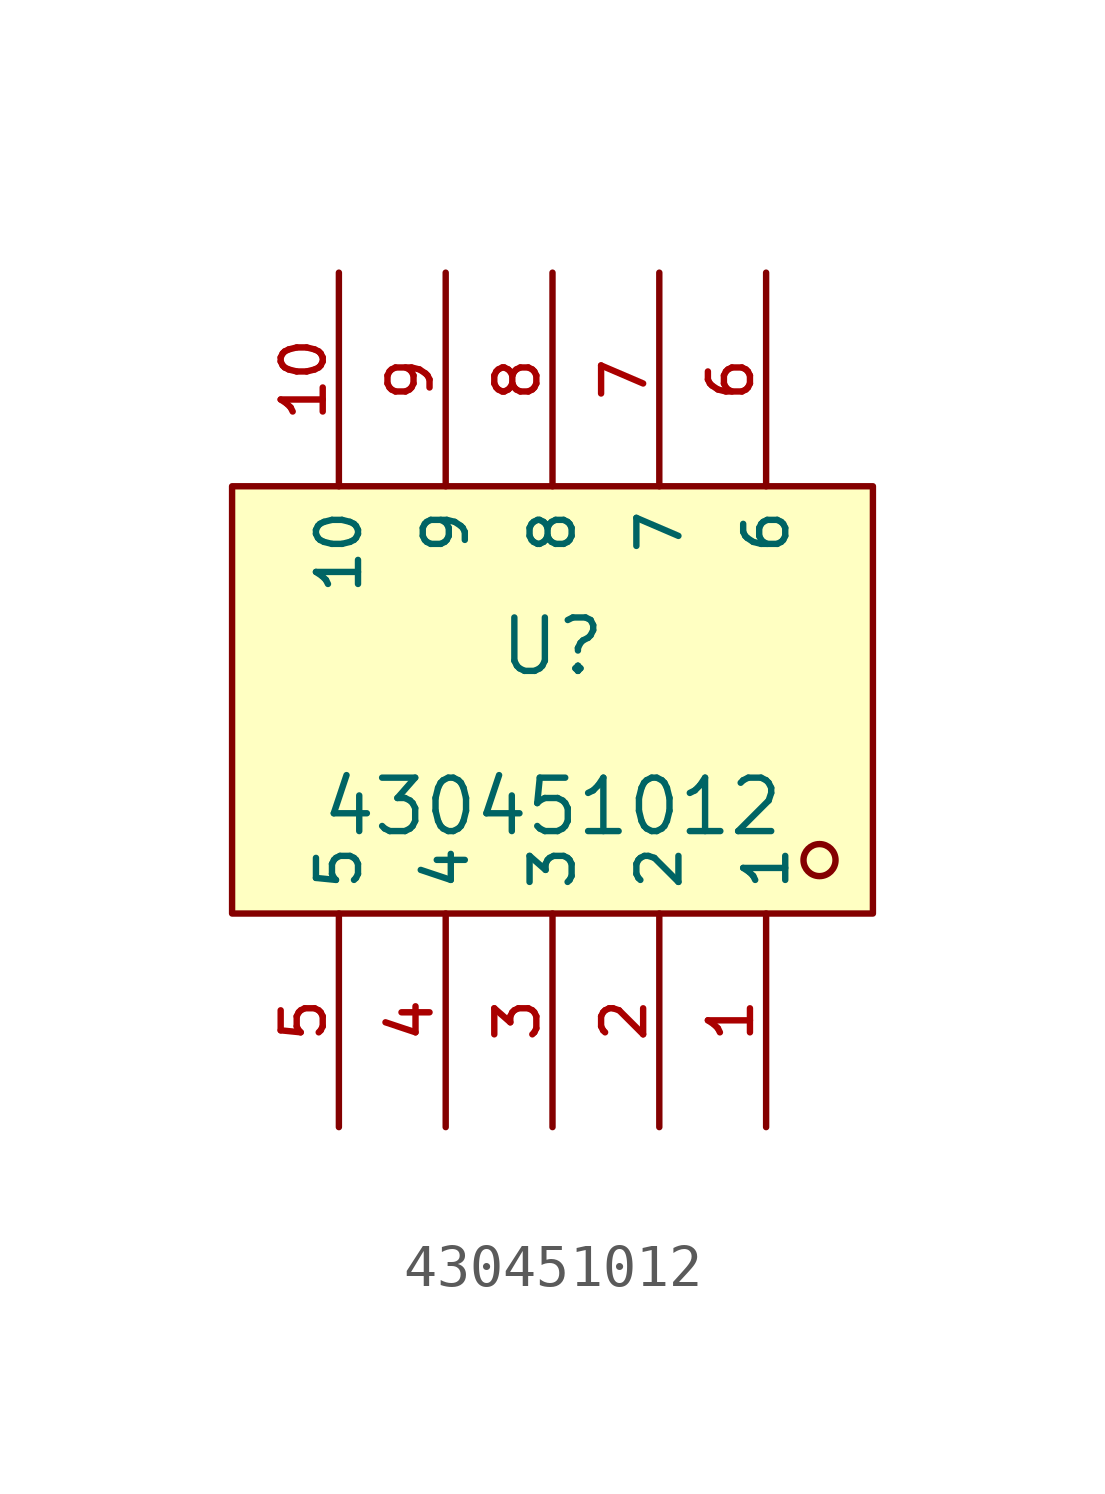
<source format=kicad_sym>
(kicad_symbol_lib
  (version 20210201)
  (generator TousstNicolas/JLC2KiCad_lib)
  (symbol "430451012"
    (property "Reference" "U"
      (at 0 1.27 0)
      (effects (font (size 1.27 1.27))))
    (property "Value" "430451012"
      (at 0 -2.54 0)
      (effects (font (size 1.27 1.27))))
    (symbol "430451012_0_1"
      (rectangle (start -7.62 5.08) (end 7.62 -5.08) (stroke (width 0) (type default) (color 0 0 0 0)) (fill (type background)))
      (circle (center 6.35 -3.81) (radius 0.381) (stroke (width 0) (type default) (color 0 0 0 0)) (fill (type background)))
      (pin unspecified line (at 5.08 -10.16 90) (length 5.08) (name "1" (effects (font (size 1 1)))) (number "1" (effects (font (size 1 1)))))
      (pin unspecified line (at 2.54 -10.16 90) (length 5.08) (name "2" (effects (font (size 1 1)))) (number "2" (effects (font (size 1 1)))))
      (pin unspecified line (at 0.0 -10.16 90) (length 5.08) (name "3" (effects (font (size 1 1)))) (number "3" (effects (font (size 1 1)))))
      (pin unspecified line (at -2.54 -10.16 90) (length 5.08) (name "4" (effects (font (size 1 1)))) (number "4" (effects (font (size 1 1)))))
      (pin unspecified line (at -5.08 -10.16 90) (length 5.08) (name "5" (effects (font (size 1 1)))) (number "5" (effects (font (size 1 1)))))
      (pin unspecified line (at 5.08 10.16 270) (length 5.08) (name "6" (effects (font (size 1 1)))) (number "6" (effects (font (size 1 1)))))
      (pin unspecified line (at 2.54 10.16 270) (length 5.08) (name "7" (effects (font (size 1 1)))) (number "7" (effects (font (size 1 1)))))
      (pin unspecified line (at 0.0 10.16 270) (length 5.08) (name "8" (effects (font (size 1 1)))) (number "8" (effects (font (size 1 1)))))
      (pin unspecified line (at -2.54 10.16 270) (length 5.08) (name "9" (effects (font (size 1 1)))) (number "9" (effects (font (size 1 1)))))
      (pin unspecified line (at -5.08 10.16 270) (length 5.08) (name "10" (effects (font (size 1 1)))) (number "10" (effects (font (size 1 1))))))))
</source>
